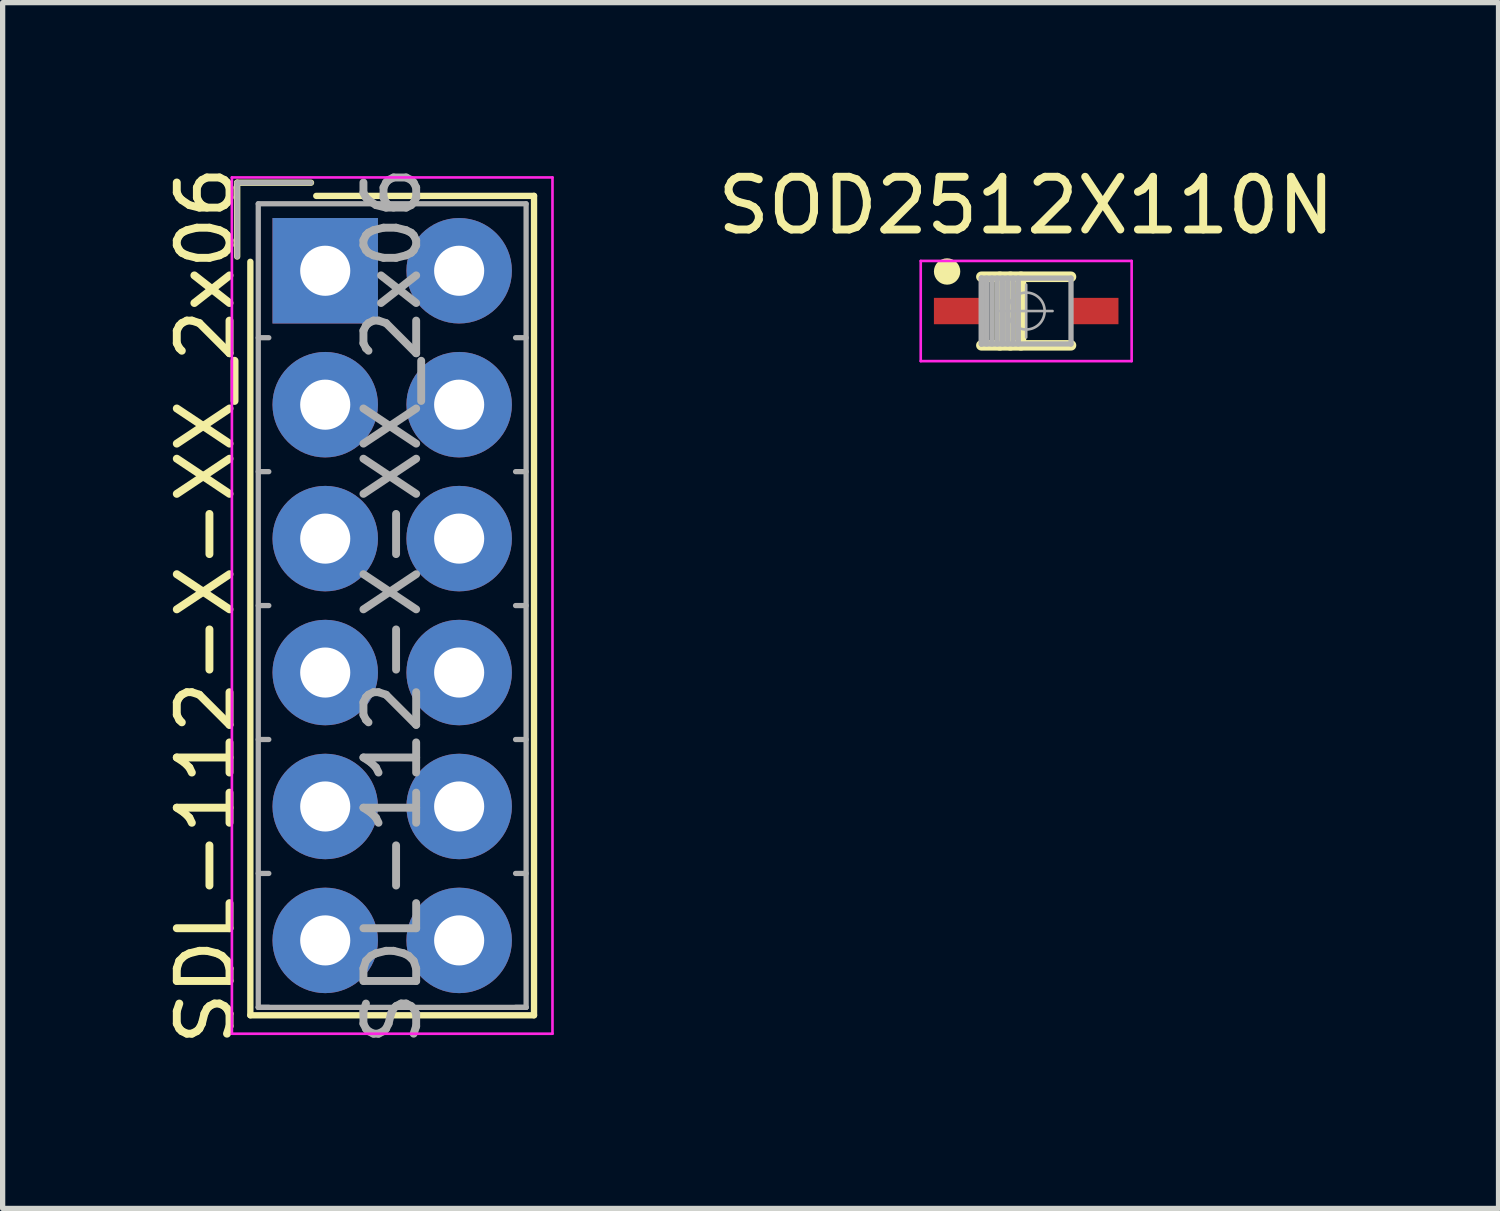
<source format=kicad_pcb>
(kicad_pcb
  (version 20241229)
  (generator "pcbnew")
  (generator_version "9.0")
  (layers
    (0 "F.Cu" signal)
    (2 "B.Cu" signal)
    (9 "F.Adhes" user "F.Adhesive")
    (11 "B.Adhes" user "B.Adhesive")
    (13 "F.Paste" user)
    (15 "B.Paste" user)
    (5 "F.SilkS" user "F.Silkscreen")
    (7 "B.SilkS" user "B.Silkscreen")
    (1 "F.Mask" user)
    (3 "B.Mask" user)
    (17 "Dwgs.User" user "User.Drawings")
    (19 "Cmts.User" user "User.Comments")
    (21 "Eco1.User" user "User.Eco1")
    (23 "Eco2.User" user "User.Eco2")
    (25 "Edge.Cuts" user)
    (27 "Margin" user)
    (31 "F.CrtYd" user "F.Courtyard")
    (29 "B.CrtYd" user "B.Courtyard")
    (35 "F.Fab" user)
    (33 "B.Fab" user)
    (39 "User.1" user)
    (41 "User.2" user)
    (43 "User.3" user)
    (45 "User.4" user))
  (footprint "SOD2512X110N"
    (layer "F.Cu")
    (at 16.412 2.849)
    (property "Reference" "SOD2512X110N" (at 0 -2.001 0) (layer "F.SilkS") (effects (font (size 1 1) (thickness 0.15))))
    (attr smd)
    (fp_line (start -0.85 -0.65) (end 0.85 -0.65) (stroke (width 0.2) (type solid)) (layer "F.SilkS"))
    (fp_line (start -0.85 0.65) (end 0.85 0.65) (stroke (width 0.2) (type solid)) (layer "F.SilkS"))
    (fp_line (start -0.5 0.65) (end -0.5 -0.65) (stroke (width 0.2) (type solid)) (layer "F.SilkS"))
    (fp_line (start -0.3 0.65) (end -0.3 -0.65) (stroke (width 0.2) (type solid)) (layer "F.SilkS"))
    (fp_line (start -0.1 0.65) (end -0.1 -0.65) (stroke (width 0.2) (type solid)) (layer "F.SilkS"))
    (fp_circle (center -1.5 -0.75) (end -1.375 -0.75) (stroke (width 0.25) (type solid)) (fill no) (layer "F.SilkS"))
    (fp_line (start -2 -0.95) (end 2 -0.95) (stroke (width 0.05) (type solid)) (layer "F.CrtYd"))
    (fp_line (start -2 0.95) (end -2 -0.95) (stroke (width 0.05) (type solid)) (layer "F.CrtYd"))
    (fp_line (start -2 0.95) (end 2 0.95) (stroke (width 0.05) (type solid)) (layer "F.CrtYd"))
    (fp_line (start 2 0.95) (end 2 -0.95) (stroke (width 0.05) (type solid)) (layer "F.CrtYd"))
    (fp_line (start -0.85 -0.625) (end 0.85 -0.625) (stroke (width 0.1) (type solid)) (layer "F.Fab"))
    (fp_line (start -0.85 0.625) (end -0.85 -0.625) (stroke (width 0.1) (type solid)) (layer "F.Fab"))
    (fp_line (start -0.85 0.625) (end -0.85 -0.625) (stroke (width 0.1) (type solid)) (layer "F.Fab"))
    (fp_line (start -0.85 0.625) (end 0.85 0.625) (stroke (width 0.1) (type solid)) (layer "F.Fab"))
    (fp_line (start -0.75 0.625) (end -0.75 -0.625) (stroke (width 0.1) (type solid)) (layer "F.Fab"))
    (fp_line (start -0.65 0.625) (end -0.65 -0.625) (stroke (width 0.1) (type solid)) (layer "F.Fab"))
    (fp_line (start -0.55 0.625) (end -0.55 -0.625) (stroke (width 0.1) (type solid)) (layer "F.Fab"))
    (fp_line (start -0.5 0) (end 0.5 0) (stroke (width 0.05) (type solid)) (layer "F.Fab"))
    (fp_line (start -0.45 0.625) (end -0.45 -0.625) (stroke (width 0.1) (type solid)) (layer "F.Fab"))
    (fp_line (start -0.35 0.625) (end -0.35 -0.625) (stroke (width 0.1) (type solid)) (layer "F.Fab"))
    (fp_line (start -0.25 0.625) (end -0.25 -0.625) (stroke (width 0.1) (type solid)) (layer "F.Fab"))
    (fp_line (start -0.15 0.625) (end -0.15 -0.625) (stroke (width 0.1) (type solid)) (layer "F.Fab"))
    (fp_line (start 0 0.5) (end 0 -0.5) (stroke (width 0.05) (type solid)) (layer "F.Fab"))
    (fp_line (start 0.85 0.625) (end 0.85 -0.625) (stroke (width 0.1) (type solid)) (layer "F.Fab"))
    (fp_circle (center 0 0) (end 0.35 0) (stroke (width 0.05) (type solid)) (fill no) (layer "F.Fab"))
    (pad "1" smd rect (at -1.3 0) (size 0.9 0.5) (layers "F.Cu" "F.Mask" "F.Paste"))
    (pad "2" smd rect (at 1.3 0) (size 0.9 0.5) (layers "F.Cu" "F.Mask" "F.Paste")))
  (footprint "SDL-112-X-XX_2x06"
    (layer "F.Cu")
    (at 3.118 2.085)
    (property "Reference" "SDL-112-X-XX_2x06" (at -2.27 6.35 90) (layer "F.SilkS") (effects (font (size 1 1) (thickness 0.15))))
    (attr through_hole)
    (fp_line (start -1.67 -1.67) (end -1.67 -0.27) (stroke (width 0.12) (type solid)) (layer "F.SilkS"))
    (fp_line (start -1.42 14.12) (end -1.42 -0.17) (stroke (width 0.12) (type solid)) (layer "F.SilkS"))
    (fp_line (start -0.27 -1.67) (end -1.67 -1.67) (stroke (width 0.12) (type solid)) (layer "F.SilkS"))
    (fp_line (start -0.17 -1.42) (end 3.96 -1.42) (stroke (width 0.12) (type solid)) (layer "F.SilkS"))
    (fp_line (start 3.96 -1.42) (end 3.96 14.12) (stroke (width 0.12) (type solid)) (layer "F.SilkS"))
    (fp_line (start 3.96 14.12) (end -1.42 14.12) (stroke (width 0.12) (type solid)) (layer "F.SilkS"))
    (fp_line (start -1.77 -1.77) (end -1.77 14.47) (stroke (width 0.05) (type solid)) (layer "F.CrtYd"))
    (fp_line (start -1.77 14.47) (end 4.31 14.47) (stroke (width 0.05) (type solid)) (layer "F.CrtYd"))
    (fp_line (start 4.31 -1.77) (end -1.77 -1.77) (stroke (width 0.05) (type solid)) (layer "F.CrtYd"))
    (fp_line (start 4.31 14.47) (end 4.31 -1.77) (stroke (width 0.05) (type solid)) (layer "F.CrtYd"))
    (fp_line (start -1.67 -1.67) (end -1.67 -0.27) (stroke (width 0.1) (type solid)) (layer "F.Fab"))
    (fp_line (start -1.27 -1.27) (end -1.27 13.97) (stroke (width 0.1) (type solid)) (layer "F.Fab"))
    (fp_line (start -1.27 1.27) (end -1.07 1.27) (stroke (width 0.1) (type solid)) (layer "F.Fab"))
    (fp_line (start -1.27 3.81) (end -1.07 3.81) (stroke (width 0.1) (type solid)) (layer "F.Fab"))
    (fp_line (start -1.27 6.35) (end -1.07 6.35) (stroke (width 0.1) (type solid)) (layer "F.Fab"))
    (fp_line (start -1.27 8.89) (end -1.07 8.89) (stroke (width 0.1) (type solid)) (layer "F.Fab"))
    (fp_line (start -1.27 11.43) (end -1.07 11.43) (stroke (width 0.1) (type solid)) (layer "F.Fab"))
    (fp_line (start -1.27 13.97) (end -1.07 13.97) (stroke (width 0.1) (type solid)) (layer "F.Fab"))
    (fp_line (start -1.27 13.97) (end 3.81 13.97) (stroke (width 0.1) (type solid)) (layer "F.Fab"))
    (fp_line (start -0.27 -1.67) (end -1.67 -1.67) (stroke (width 0.1) (type solid)) (layer "F.Fab"))
    (fp_line (start 3.81 -1.27) (end -1.27 -1.27) (stroke (width 0.1) (type solid)) (layer "F.Fab"))
    (fp_line (start 3.81 1.27) (end 3.61 1.27) (stroke (width 0.1) (type solid)) (layer "F.Fab"))
    (fp_line (start 3.81 3.81) (end 3.61 3.81) (stroke (width 0.1) (type solid)) (layer "F.Fab"))
    (fp_line (start 3.81 6.35) (end 3.61 6.35) (stroke (width 0.1) (type solid)) (layer "F.Fab"))
    (fp_line (start 3.81 8.89) (end 3.61 8.89) (stroke (width 0.1) (type solid)) (layer "F.Fab"))
    (fp_line (start 3.81 11.43) (end 3.61 11.43) (stroke (width 0.1) (type solid)) (layer "F.Fab"))
    (fp_line (start 3.81 13.97) (end 3.61 13.97) (stroke (width 0.1) (type solid)) (layer "F.Fab"))
    (fp_line (start 3.81 13.97) (end 3.81 -1.27) (stroke (width 0.1) (type solid)) (layer "F.Fab"))
    (fp_text user "${REFERENCE}" (at 1.27 6.35 90) (layer "F.Fab") (effects (font (size 1 1) (thickness 0.15))))
    (pad "1" thru_hole rect (at 0 0) (size 2 2) (drill 0.95) (layers "*.Cu" "*.Mask"))
    (pad "2" thru_hole circle (at 2.54 0) (size 2 2) (drill 0.95) (layers "*.Cu" "*.Mask"))
    (pad "3" thru_hole circle (at 0 2.54) (size 2 2) (drill 0.95) (layers "*.Cu" "*.Mask"))
    (pad "4" thru_hole circle (at 2.54 2.54) (size 2 2) (drill 0.95) (layers "*.Cu" "*.Mask"))
    (pad "5" thru_hole circle (at 0 5.08) (size 2 2) (drill 0.95) (layers "*.Cu" "*.Mask"))
    (pad "6" thru_hole circle (at 2.54 5.08) (size 2 2) (drill 0.95) (layers "*.Cu" "*.Mask"))
    (pad "7" thru_hole circle (at 0 7.62) (size 2 2) (drill 0.95) (layers "*.Cu" "*.Mask"))
    (pad "8" thru_hole circle (at 2.54 7.62) (size 2 2) (drill 0.95) (layers "*.Cu" "*.Mask"))
    (pad "9" thru_hole circle (at 0 10.16) (size 2 2) (drill 0.95) (layers "*.Cu" "*.Mask"))
    (pad "10" thru_hole circle (at 2.54 10.16) (size 2 2) (drill 0.95) (layers "*.Cu" "*.Mask"))
    (pad "11" thru_hole circle (at 0 12.7) (size 2 2) (drill 0.95) (layers "*.Cu" "*.Mask"))
    (pad "12" thru_hole circle (at 2.54 12.7) (size 2 2) (drill 0.95) (layers "*.Cu" "*.Mask")))
  (gr_rect
    (start -3 -3)
    (end 25.37 19.869)
    (stroke (width 0.1) (type default))
    (fill no)
    (layer "Edge.Cuts")))
</source>
